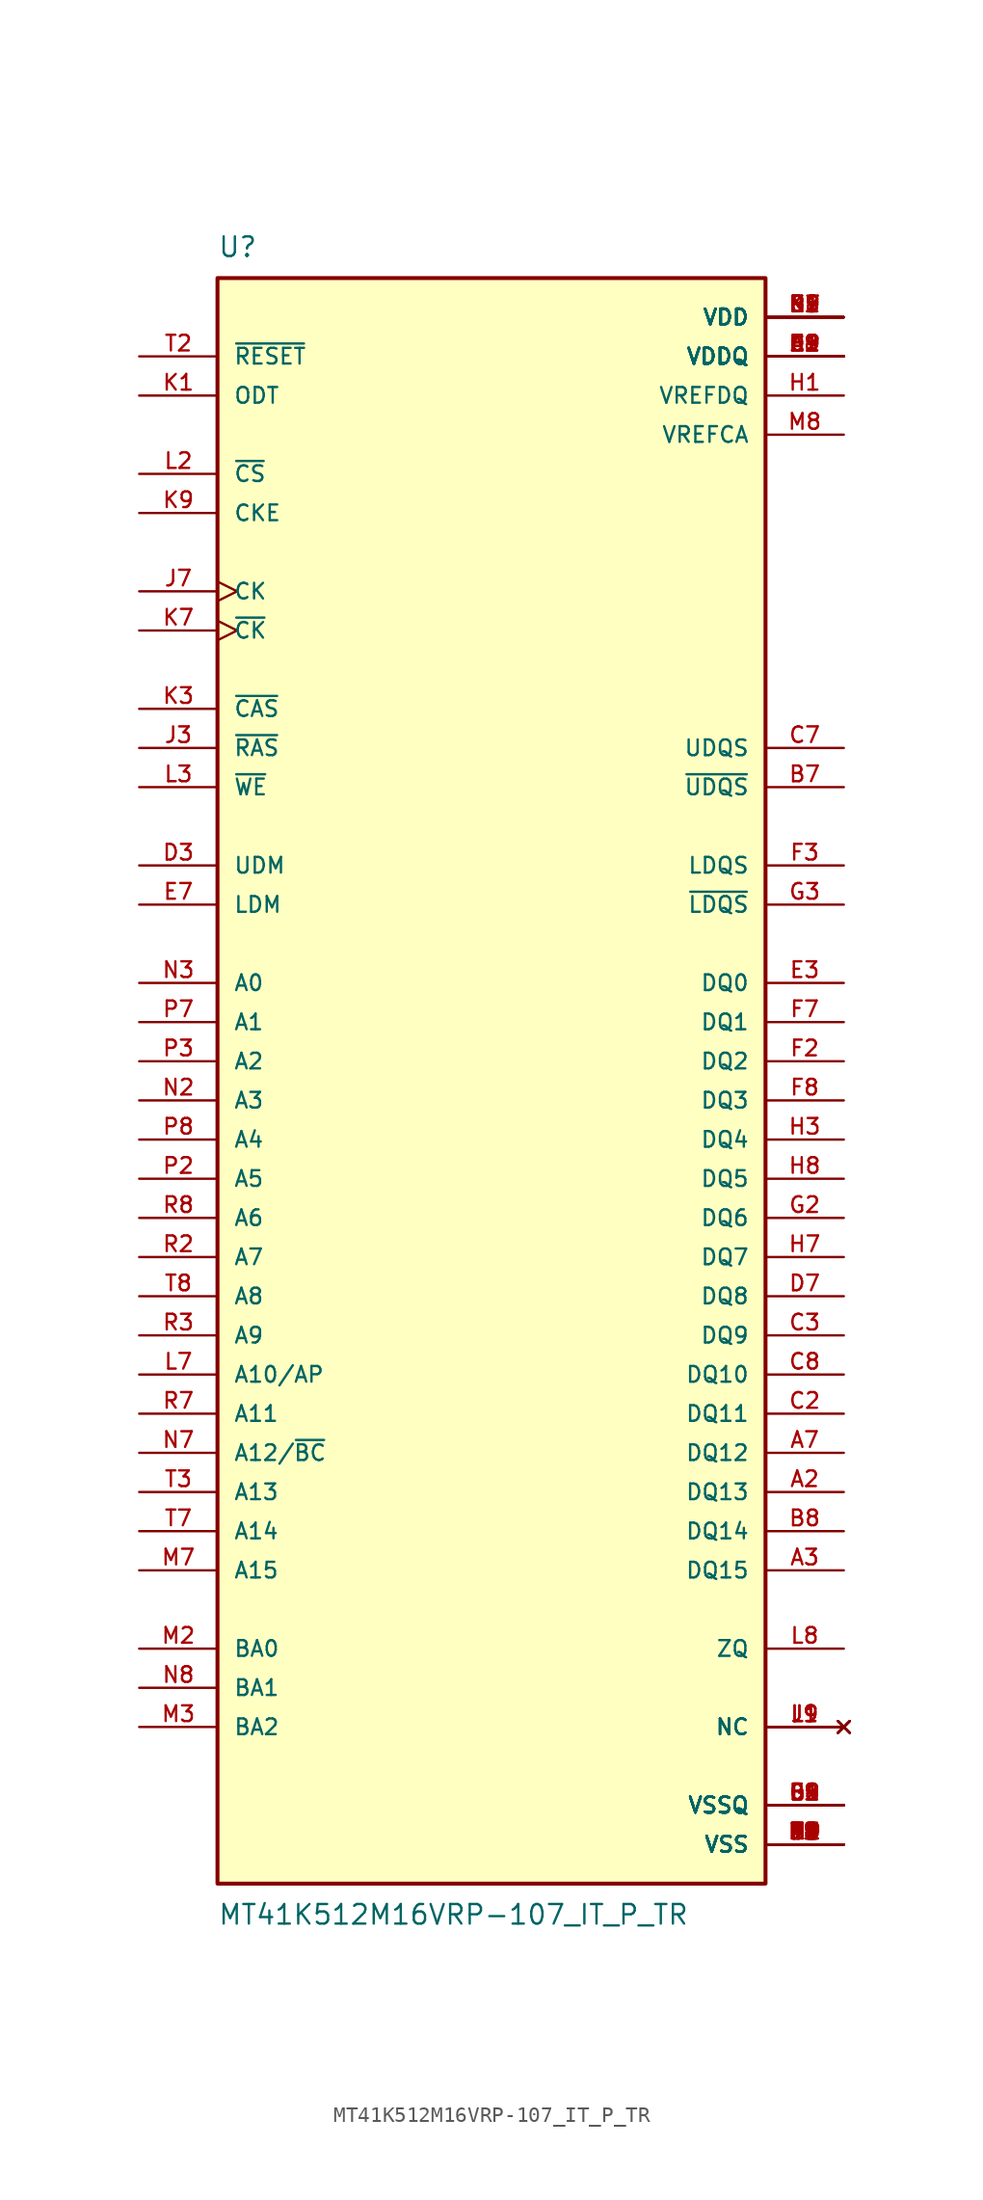
<source format=kicad_sym>
(kicad_symbol_lib
  (version 20211014)
  (generator kicad_symbol_editor)
  (symbol "MT41K512M16VRP-107_IT_P_TR"
    (pin_names
      (offset 1.016))
    (property "Reference" "U"
      (at -17.78 54.61 0)
      (effects (font (size 1.27 1.27)) (justify bottom left)))
    (property "Value" "MT41K512M16VRP-107_IT_P_TR"
      (at -17.78 -52.07 0.0)
      (effects (font (size 1.27 1.27)) (justify top left)))
    (symbol "MT41K512M16VRP-107_IT_P_TR_0_0"
      (rectangle (start -17.78 -50.8) (end 17.78 53.34) (stroke (width 0.254)) (fill (type background)))
      (pin power_in line (at 22.86 48.26 180.0) (length 5.08) (name "VDDQ" (effects (font (size 1.016 1.016)))) (number "A1" (effects (font (size 1.016 1.016)))))
      (pin power_in line (at 22.86 48.26 180.0) (length 5.08) (name "VDDQ" (effects (font (size 1.016 1.016)))) (number "A8" (effects (font (size 1.016 1.016)))))
      (pin power_in line (at 22.86 48.26 180.0) (length 5.08) (name "VDDQ" (effects (font (size 1.016 1.016)))) (number "C1" (effects (font (size 1.016 1.016)))))
      (pin power_in line (at 22.86 48.26 180.0) (length 5.08) (name "VDDQ" (effects (font (size 1.016 1.016)))) (number "C9" (effects (font (size 1.016 1.016)))))
      (pin power_in line (at 22.86 48.26 180.0) (length 5.08) (name "VDDQ" (effects (font (size 1.016 1.016)))) (number "D2" (effects (font (size 1.016 1.016)))))
      (pin power_in line (at 22.86 48.26 180.0) (length 5.08) (name "VDDQ" (effects (font (size 1.016 1.016)))) (number "E9" (effects (font (size 1.016 1.016)))))
      (pin power_in line (at 22.86 48.26 180.0) (length 5.08) (name "VDDQ" (effects (font (size 1.016 1.016)))) (number "F1" (effects (font (size 1.016 1.016)))))
      (pin power_in line (at 22.86 48.26 180.0) (length 5.08) (name "VDDQ" (effects (font (size 1.016 1.016)))) (number "H2" (effects (font (size 1.016 1.016)))))
      (pin power_in line (at 22.86 48.26 180.0) (length 5.08) (name "VDDQ" (effects (font (size 1.016 1.016)))) (number "H9" (effects (font (size 1.016 1.016)))))
      (pin power_in line (at 22.86 -45.72 180.0) (length 5.08) (name "VSSQ" (effects (font (size 1.016 1.016)))) (number "B1" (effects (font (size 1.016 1.016)))))
      (pin power_in line (at 22.86 -45.72 180.0) (length 5.08) (name "VSSQ" (effects (font (size 1.016 1.016)))) (number "B9" (effects (font (size 1.016 1.016)))))
      (pin power_in line (at 22.86 -45.72 180.0) (length 5.08) (name "VSSQ" (effects (font (size 1.016 1.016)))) (number "D1" (effects (font (size 1.016 1.016)))))
      (pin power_in line (at 22.86 -45.72 180.0) (length 5.08) (name "VSSQ" (effects (font (size 1.016 1.016)))) (number "D8" (effects (font (size 1.016 1.016)))))
      (pin power_in line (at 22.86 -45.72 180.0) (length 5.08) (name "VSSQ" (effects (font (size 1.016 1.016)))) (number "E2" (effects (font (size 1.016 1.016)))))
      (pin power_in line (at 22.86 -45.72 180.0) (length 5.08) (name "VSSQ" (effects (font (size 1.016 1.016)))) (number "E8" (effects (font (size 1.016 1.016)))))
      (pin power_in line (at 22.86 -45.72 180.0) (length 5.08) (name "VSSQ" (effects (font (size 1.016 1.016)))) (number "F9" (effects (font (size 1.016 1.016)))))
      (pin power_in line (at 22.86 -45.72 180.0) (length 5.08) (name "VSSQ" (effects (font (size 1.016 1.016)))) (number "G1" (effects (font (size 1.016 1.016)))))
      (pin power_in line (at 22.86 -45.72 180.0) (length 5.08) (name "VSSQ" (effects (font (size 1.016 1.016)))) (number "G9" (effects (font (size 1.016 1.016)))))
      (pin bidirectional line (at 22.86 -12.7 180.0) (length 5.08) (name "DQ8" (effects (font (size 1.016 1.016)))) (number "D7" (effects (font (size 1.016 1.016)))))
      (pin power_in line (at 22.86 45.72 180.0) (length 5.08) (name "VREFDQ" (effects (font (size 1.016 1.016)))) (number "H1" (effects (font (size 1.016 1.016)))))
      (pin power_in line (at 22.86 -48.26 180.0) (length 5.08) (name "VSS" (effects (font (size 1.016 1.016)))) (number "A9" (effects (font (size 1.016 1.016)))))
      (pin power_in line (at 22.86 -48.26 180.0) (length 5.08) (name "VSS" (effects (font (size 1.016 1.016)))) (number "B3" (effects (font (size 1.016 1.016)))))
      (pin power_in line (at 22.86 -48.26 180.0) (length 5.08) (name "VSS" (effects (font (size 1.016 1.016)))) (number "E1" (effects (font (size 1.016 1.016)))))
      (pin power_in line (at 22.86 -48.26 180.0) (length 5.08) (name "VSS" (effects (font (size 1.016 1.016)))) (number "G8" (effects (font (size 1.016 1.016)))))
      (pin power_in line (at 22.86 -48.26 180.0) (length 5.08) (name "VSS" (effects (font (size 1.016 1.016)))) (number "J2" (effects (font (size 1.016 1.016)))))
      (pin power_in line (at 22.86 -48.26 180.0) (length 5.08) (name "VSS" (effects (font (size 1.016 1.016)))) (number "J8" (effects (font (size 1.016 1.016)))))
      (pin power_in line (at 22.86 -48.26 180.0) (length 5.08) (name "VSS" (effects (font (size 1.016 1.016)))) (number "M1" (effects (font (size 1.016 1.016)))))
      (pin power_in line (at 22.86 -48.26 180.0) (length 5.08) (name "VSS" (effects (font (size 1.016 1.016)))) (number "M9" (effects (font (size 1.016 1.016)))))
      (pin power_in line (at 22.86 -48.26 180.0) (length 5.08) (name "VSS" (effects (font (size 1.016 1.016)))) (number "P1" (effects (font (size 1.016 1.016)))))
      (pin power_in line (at 22.86 -48.26 180.0) (length 5.08) (name "VSS" (effects (font (size 1.016 1.016)))) (number "P9" (effects (font (size 1.016 1.016)))))
      (pin power_in line (at 22.86 -48.26 180.0) (length 5.08) (name "VSS" (effects (font (size 1.016 1.016)))) (number "T1" (effects (font (size 1.016 1.016)))))
      (pin power_in line (at 22.86 -48.26 180.0) (length 5.08) (name "VSS" (effects (font (size 1.016 1.016)))) (number "T9" (effects (font (size 1.016 1.016)))))
      (pin power_in line (at 22.86 50.8 180.0) (length 5.08) (name "VDD" (effects (font (size 1.016 1.016)))) (number "B2" (effects (font (size 1.016 1.016)))))
      (pin power_in line (at 22.86 50.8 180.0) (length 5.08) (name "VDD" (effects (font (size 1.016 1.016)))) (number "D9" (effects (font (size 1.016 1.016)))))
      (pin power_in line (at 22.86 50.8 180.0) (length 5.08) (name "VDD" (effects (font (size 1.016 1.016)))) (number "G7" (effects (font (size 1.016 1.016)))))
      (pin power_in line (at 22.86 50.8 180.0) (length 5.08) (name "VDD" (effects (font (size 1.016 1.016)))) (number "K2" (effects (font (size 1.016 1.016)))))
      (pin power_in line (at 22.86 50.8 180.0) (length 5.08) (name "VDD" (effects (font (size 1.016 1.016)))) (number "K8" (effects (font (size 1.016 1.016)))))
      (pin power_in line (at 22.86 50.8 180.0) (length 5.08) (name "VDD" (effects (font (size 1.016 1.016)))) (number "N1" (effects (font (size 1.016 1.016)))))
      (pin power_in line (at 22.86 50.8 180.0) (length 5.08) (name "VDD" (effects (font (size 1.016 1.016)))) (number "N9" (effects (font (size 1.016 1.016)))))
      (pin power_in line (at 22.86 50.8 180.0) (length 5.08) (name "VDD" (effects (font (size 1.016 1.016)))) (number "R1" (effects (font (size 1.016 1.016)))))
      (pin power_in line (at 22.86 50.8 180.0) (length 5.08) (name "VDD" (effects (font (size 1.016 1.016)))) (number "R9" (effects (font (size 1.016 1.016)))))
      (pin bidirectional line (at 22.86 -22.86 180.0) (length 5.08) (name "DQ12" (effects (font (size 1.016 1.016)))) (number "A7" (effects (font (size 1.016 1.016)))))
      (pin bidirectional line (at 22.86 -17.78 180.0) (length 5.08) (name "DQ10" (effects (font (size 1.016 1.016)))) (number "C8" (effects (font (size 1.016 1.016)))))
      (pin bidirectional line (at 22.86 -27.94 180.0) (length 5.08) (name "DQ14" (effects (font (size 1.016 1.016)))) (number "B8" (effects (font (size 1.016 1.016)))))
      (pin input line (at -22.86 15.24 0) (length 5.08) (name "UDM" (effects (font (size 1.016 1.016)))) (number "D3" (effects (font (size 1.016 1.016)))))
      (pin bidirectional line (at 22.86 7.62 180.0) (length 5.08) (name "DQ0" (effects (font (size 1.016 1.016)))) (number "E3" (effects (font (size 1.016 1.016)))))
      (pin bidirectional line (at 22.86 -2.54 180.0) (length 5.08) (name "DQ4" (effects (font (size 1.016 1.016)))) (number "H3" (effects (font (size 1.016 1.016)))))
      (pin bidirectional line (at 22.86 2.54 180.0) (length 5.08) (name "DQ2" (effects (font (size 1.016 1.016)))) (number "F2" (effects (font (size 1.016 1.016)))))
      (pin bidirectional line (at 22.86 -7.62 180.0) (length 5.08) (name "DQ6" (effects (font (size 1.016 1.016)))) (number "G2" (effects (font (size 1.016 1.016)))))
      (pin bidirectional line (at 22.86 15.24 180.0) (length 5.08) (name "LDQS" (effects (font (size 1.016 1.016)))) (number "F3" (effects (font (size 1.016 1.016)))))
      (pin bidirectional line (at 22.86 12.7 180.0) (length 5.08) (name "~{LDQS}" (effects (font (size 1.016 1.016)))) (number "G3" (effects (font (size 1.016 1.016)))))
      (pin input line (at -22.86 38.1 0) (length 5.08) (name "CKE" (effects (font (size 1.016 1.016)))) (number "K9" (effects (font (size 1.016 1.016)))))
      (pin input line (at -22.86 45.72 0) (length 5.08) (name "ODT" (effects (font (size 1.016 1.016)))) (number "K1" (effects (font (size 1.016 1.016)))))
      (pin input line (at -22.86 20.32 0) (length 5.08) (name "~{WE}" (effects (font (size 1.016 1.016)))) (number "L3" (effects (font (size 1.016 1.016)))))
      (pin power_in line (at 22.86 43.18 180.0) (length 5.08) (name "VREFCA" (effects (font (size 1.016 1.016)))) (number "M8" (effects (font (size 1.016 1.016)))))
      (pin input line (at -22.86 -40.64 0) (length 5.08) (name "BA2" (effects (font (size 1.016 1.016)))) (number "M3" (effects (font (size 1.016 1.016)))))
      (pin input line (at -22.86 -17.78 0) (length 5.08) (name "A10/AP" (effects (font (size 1.016 1.016)))) (number "L7" (effects (font (size 1.016 1.016)))))
      (pin input line (at -22.86 -35.56 0) (length 5.08) (name "BA0" (effects (font (size 1.016 1.016)))) (number "M2" (effects (font (size 1.016 1.016)))))
      (pin input line (at -22.86 -2.54 0) (length 5.08) (name "A4" (effects (font (size 1.016 1.016)))) (number "P8" (effects (font (size 1.016 1.016)))))
      (pin input line (at -22.86 48.26 0) (length 5.08) (name "~{RESET}" (effects (font (size 1.016 1.016)))) (number "T2" (effects (font (size 1.016 1.016)))))
      (pin input line (at -22.86 -7.62 0) (length 5.08) (name "A6" (effects (font (size 1.016 1.016)))) (number "R8" (effects (font (size 1.016 1.016)))))
      (pin input line (at -22.86 7.62 0) (length 5.08) (name "A0" (effects (font (size 1.016 1.016)))) (number "N3" (effects (font (size 1.016 1.016)))))
      (pin input line (at -22.86 -12.7 0) (length 5.08) (name "A8" (effects (font (size 1.016 1.016)))) (number "T8" (effects (font (size 1.016 1.016)))))
      (pin input line (at -22.86 2.54 0) (length 5.08) (name "A2" (effects (font (size 1.016 1.016)))) (number "P3" (effects (font (size 1.016 1.016)))))
      (pin input line (at -22.86 -20.32 0) (length 5.08) (name "A11" (effects (font (size 1.016 1.016)))) (number "R7" (effects (font (size 1.016 1.016)))))
      (pin passive line (at 22.86 -35.56 180.0) (length 5.08) (name "ZQ" (effects (font (size 1.016 1.016)))) (number "L8" (effects (font (size 1.016 1.016)))))
      (pin bidirectional line (at 22.86 -15.24 180.0) (length 5.08) (name "DQ9" (effects (font (size 1.016 1.016)))) (number "C3" (effects (font (size 1.016 1.016)))))
      (pin bidirectional line (at 22.86 -25.4 180.0) (length 5.08) (name "DQ13" (effects (font (size 1.016 1.016)))) (number "A2" (effects (font (size 1.016 1.016)))))
      (pin bidirectional line (at 22.86 -5.08 180.0) (length 5.08) (name "DQ5" (effects (font (size 1.016 1.016)))) (number "H8" (effects (font (size 1.016 1.016)))))
      (pin input clock (at -22.86 33.02 0) (length 5.08) (name "CK" (effects (font (size 1.016 1.016)))) (number "J7" (effects (font (size 1.016 1.016)))))
      (pin input line (at -22.86 22.86 0) (length 5.08) (name "~{RAS}" (effects (font (size 1.016 1.016)))) (number "J3" (effects (font (size 1.016 1.016)))))
      (pin input line (at -22.86 25.4 0) (length 5.08) (name "~{CAS}" (effects (font (size 1.016 1.016)))) (number "K3" (effects (font (size 1.016 1.016)))))
      (pin input line (at -22.86 -38.1 0) (length 5.08) (name "BA1" (effects (font (size 1.016 1.016)))) (number "N8" (effects (font (size 1.016 1.016)))))
      (pin input line (at -22.86 -5.08 0) (length 5.08) (name "A5" (effects (font (size 1.016 1.016)))) (number "P2" (effects (font (size 1.016 1.016)))))
      (pin input line (at -22.86 5.08 0) (length 5.08) (name "A1" (effects (font (size 1.016 1.016)))) (number "P7" (effects (font (size 1.016 1.016)))))
      (pin input line (at -22.86 0.0 0) (length 5.08) (name "A3" (effects (font (size 1.016 1.016)))) (number "N2" (effects (font (size 1.016 1.016)))))
      (pin input line (at -22.86 -10.16 0) (length 5.08) (name "A7" (effects (font (size 1.016 1.016)))) (number "R2" (effects (font (size 1.016 1.016)))))
      (pin input line (at -22.86 -15.24 0) (length 5.08) (name "A9" (effects (font (size 1.016 1.016)))) (number "R3" (effects (font (size 1.016 1.016)))))
      (pin input line (at -22.86 -22.86 0) (length 5.08) (name "A12/~{BC}" (effects (font (size 1.016 1.016)))) (number "N7" (effects (font (size 1.016 1.016)))))
      (pin input line (at -22.86 40.64 0) (length 5.08) (name "~{CS}" (effects (font (size 1.016 1.016)))) (number "L2" (effects (font (size 1.016 1.016)))))
      (pin input clock (at -22.86 30.48 0) (length 5.08) (name "~{CK}" (effects (font (size 1.016 1.016)))) (number "K7" (effects (font (size 1.016 1.016)))))
      (pin bidirectional line (at 22.86 5.08 180.0) (length 5.08) (name "DQ1" (effects (font (size 1.016 1.016)))) (number "F7" (effects (font (size 1.016 1.016)))))
      (pin bidirectional line (at 22.86 0.0 180.0) (length 5.08) (name "DQ3" (effects (font (size 1.016 1.016)))) (number "F8" (effects (font (size 1.016 1.016)))))
      (pin bidirectional line (at 22.86 -10.16 180.0) (length 5.08) (name "DQ7" (effects (font (size 1.016 1.016)))) (number "H7" (effects (font (size 1.016 1.016)))))
      (pin input line (at -22.86 12.7 0) (length 5.08) (name "LDM" (effects (font (size 1.016 1.016)))) (number "E7" (effects (font (size 1.016 1.016)))))
      (pin bidirectional line (at 22.86 -20.32 180.0) (length 5.08) (name "DQ11" (effects (font (size 1.016 1.016)))) (number "C2" (effects (font (size 1.016 1.016)))))
      (pin bidirectional line (at 22.86 -30.48 180.0) (length 5.08) (name "DQ15" (effects (font (size 1.016 1.016)))) (number "A3" (effects (font (size 1.016 1.016)))))
      (pin bidirectional line (at 22.86 22.86 180.0) (length 5.08) (name "UDQS" (effects (font (size 1.016 1.016)))) (number "C7" (effects (font (size 1.016 1.016)))))
      (pin bidirectional line (at 22.86 20.32 180.0) (length 5.08) (name "~{UDQS}" (effects (font (size 1.016 1.016)))) (number "B7" (effects (font (size 1.016 1.016)))))
      (pin no_connect line (at 22.86 -40.64 180.0) (length 5.08) (name "NC" (effects (font (size 1.016 1.016)))) (number "J1" (effects (font (size 1.016 1.016)))))
      (pin no_connect line (at 22.86 -40.64 180.0) (length 5.08) (name "NC" (effects (font (size 1.016 1.016)))) (number "J9" (effects (font (size 1.016 1.016)))))
      (pin no_connect line (at 22.86 -40.64 180.0) (length 5.08) (name "NC" (effects (font (size 1.016 1.016)))) (number "L1" (effects (font (size 1.016 1.016)))))
      (pin no_connect line (at 22.86 -40.64 180.0) (length 5.08) (name "NC" (effects (font (size 1.016 1.016)))) (number "L9" (effects (font (size 1.016 1.016)))))
      (pin input line (at -22.86 -25.4 0) (length 5.08) (name "A13" (effects (font (size 1.016 1.016)))) (number "T3" (effects (font (size 1.016 1.016)))))
      (pin input line (at -22.86 -27.94 0) (length 5.08) (name "A14" (effects (font (size 1.016 1.016)))) (number "T7" (effects (font (size 1.016 1.016)))))
      (pin input line (at -22.86 -30.48 0) (length 5.08) (name "A15" (effects (font (size 1.016 1.016)))) (number "M7" (effects (font (size 1.016 1.016))))))))
</source>
